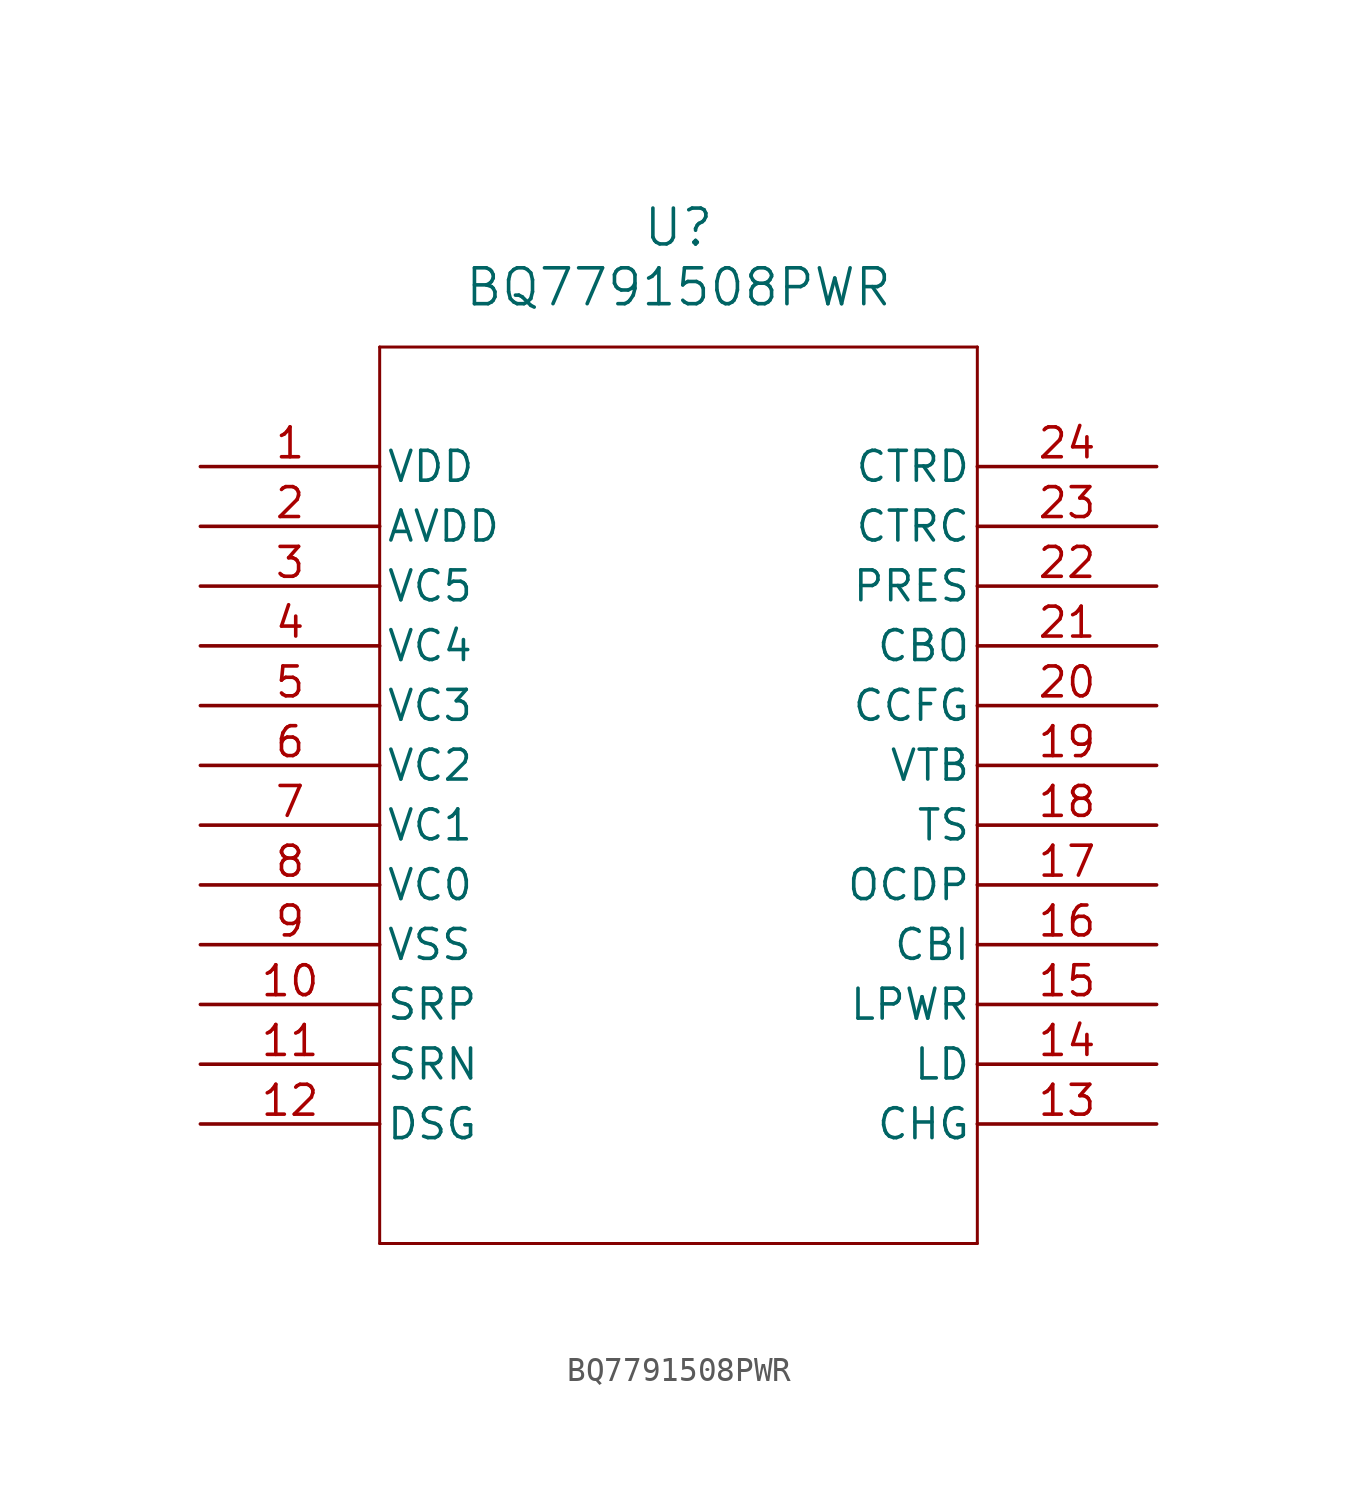
<source format=kicad_sym>
(kicad_symbol_lib
  (version 20231120)
  (generator "kicad_symbol_editor")
  (generator_version "8.0")
  (symbol "BQ7791508PWR"
    (pin_names
      (offset 0.254))
    (property "Reference" "U"
      (at 20.32 10.16 0)
      (effects (font (size 1.524 1.524))))
    (property "Value" "BQ7791508PWR"
      (at 20.32 7.62 0)
      (effects (font (size 1.524 1.524))))
    (property "ki_locked" ""
      (at 0 0 0)
      (effects (font (size 1.27 1.27))))
    (symbol "BQ7791508PWR_0_1"
      (polyline (pts (xy 7.62 -33.02) (xy 33.02 -33.02)) (stroke (width 0.127) (type default)) (fill (type none)))
      (polyline (pts (xy 7.62 5.08) (xy 7.62 -33.02)) (stroke (width 0.127) (type default)) (fill (type none)))
      (polyline (pts (xy 33.02 -33.02) (xy 33.02 5.08)) (stroke (width 0.127) (type default)) (fill (type none)))
      (polyline (pts (xy 33.02 5.08) (xy 7.62 5.08)) (stroke (width 0.127) (type default)) (fill (type none)))
      (pin power_in line (at 0 0 0) (length 7.62) (name "VDD" (effects (font (size 1.27 1.27)))) (number "1" (effects (font (size 1.27 1.27)))))
      (pin input line (at 0 -22.86 0) (length 7.62) (name "SRP" (effects (font (size 1.27 1.27)))) (number "10" (effects (font (size 1.27 1.27)))))
      (pin input line (at 0 -25.4 0) (length 7.62) (name "SRN" (effects (font (size 1.27 1.27)))) (number "11" (effects (font (size 1.27 1.27)))))
      (pin output line (at 0 -27.94 0) (length 7.62) (name "DSG" (effects (font (size 1.27 1.27)))) (number "12" (effects (font (size 1.27 1.27)))))
      (pin output line (at 40.64 -27.94 180) (length 7.62) (name "CHG" (effects (font (size 1.27 1.27)))) (number "13" (effects (font (size 1.27 1.27)))))
      (pin input line (at 40.64 -25.4 180) (length 7.62) (name "LD" (effects (font (size 1.27 1.27)))) (number "14" (effects (font (size 1.27 1.27)))))
      (pin output line (at 40.64 -22.86 180) (length 7.62) (name "LPWR" (effects (font (size 1.27 1.27)))) (number "15" (effects (font (size 1.27 1.27)))))
      (pin input line (at 40.64 -20.32 180) (length 7.62) (name "CBI" (effects (font (size 1.27 1.27)))) (number "16" (effects (font (size 1.27 1.27)))))
      (pin input line (at 40.64 -17.78 180) (length 7.62) (name "OCDP" (effects (font (size 1.27 1.27)))) (number "17" (effects (font (size 1.27 1.27)))))
      (pin input line (at 40.64 -15.24 180) (length 7.62) (name "TS" (effects (font (size 1.27 1.27)))) (number "18" (effects (font (size 1.27 1.27)))))
      (pin output line (at 40.64 -12.7 180) (length 7.62) (name "VTB" (effects (font (size 1.27 1.27)))) (number "19" (effects (font (size 1.27 1.27)))))
      (pin power_out line (at 0 -2.54 0) (length 7.62) (name "AVDD" (effects (font (size 1.27 1.27)))) (number "2" (effects (font (size 1.27 1.27)))))
      (pin input line (at 40.64 -10.16 180) (length 7.62) (name "CCFG" (effects (font (size 1.27 1.27)))) (number "20" (effects (font (size 1.27 1.27)))))
      (pin output line (at 40.64 -7.62 180) (length 7.62) (name "CBO" (effects (font (size 1.27 1.27)))) (number "21" (effects (font (size 1.27 1.27)))))
      (pin input line (at 40.64 -5.08 180) (length 7.62) (name "PRES" (effects (font (size 1.27 1.27)))) (number "22" (effects (font (size 1.27 1.27)))))
      (pin input line (at 40.64 -2.54 180) (length 7.62) (name "CTRC" (effects (font (size 1.27 1.27)))) (number "23" (effects (font (size 1.27 1.27)))))
      (pin input line (at 40.64 0 180) (length 7.62) (name "CTRD" (effects (font (size 1.27 1.27)))) (number "24" (effects (font (size 1.27 1.27)))))
      (pin input line (at 0 -5.08 0) (length 7.62) (name "VC5" (effects (font (size 1.27 1.27)))) (number "3" (effects (font (size 1.27 1.27)))))
      (pin input line (at 0 -7.62 0) (length 7.62) (name "VC4" (effects (font (size 1.27 1.27)))) (number "4" (effects (font (size 1.27 1.27)))))
      (pin input line (at 0 -10.16 0) (length 7.62) (name "VC3" (effects (font (size 1.27 1.27)))) (number "5" (effects (font (size 1.27 1.27)))))
      (pin input line (at 0 -12.7 0) (length 7.62) (name "VC2" (effects (font (size 1.27 1.27)))) (number "6" (effects (font (size 1.27 1.27)))))
      (pin input line (at 0 -15.24 0) (length 7.62) (name "VC1" (effects (font (size 1.27 1.27)))) (number "7" (effects (font (size 1.27 1.27)))))
      (pin input line (at 0 -17.78 0) (length 7.62) (name "VC0" (effects (font (size 1.27 1.27)))) (number "8" (effects (font (size 1.27 1.27)))))
      (pin power_in line (at 0 -20.32 0) (length 7.62) (name "VSS" (effects (font (size 1.27 1.27)))) (number "9" (effects (font (size 1.27 1.27))))))))
</source>
